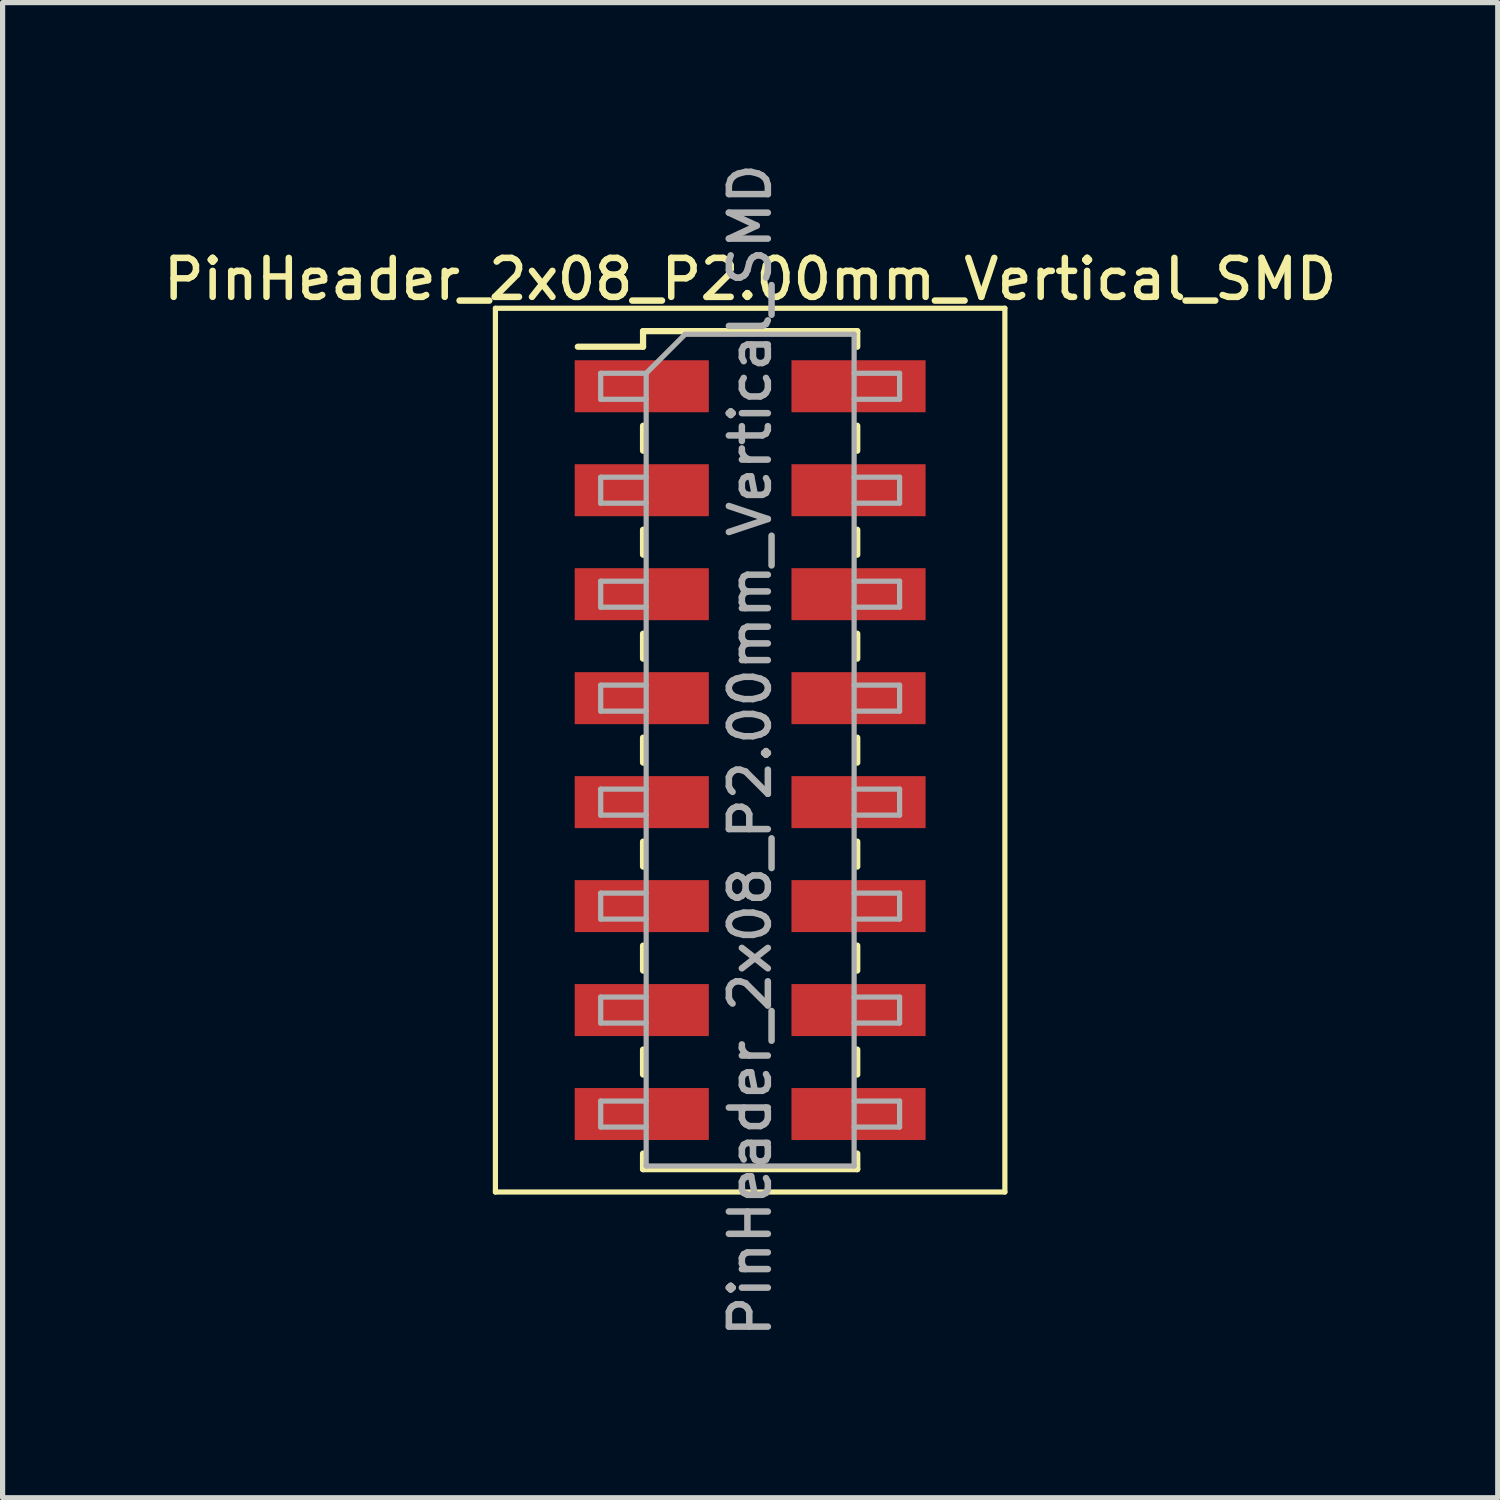
<source format=kicad_pcb>
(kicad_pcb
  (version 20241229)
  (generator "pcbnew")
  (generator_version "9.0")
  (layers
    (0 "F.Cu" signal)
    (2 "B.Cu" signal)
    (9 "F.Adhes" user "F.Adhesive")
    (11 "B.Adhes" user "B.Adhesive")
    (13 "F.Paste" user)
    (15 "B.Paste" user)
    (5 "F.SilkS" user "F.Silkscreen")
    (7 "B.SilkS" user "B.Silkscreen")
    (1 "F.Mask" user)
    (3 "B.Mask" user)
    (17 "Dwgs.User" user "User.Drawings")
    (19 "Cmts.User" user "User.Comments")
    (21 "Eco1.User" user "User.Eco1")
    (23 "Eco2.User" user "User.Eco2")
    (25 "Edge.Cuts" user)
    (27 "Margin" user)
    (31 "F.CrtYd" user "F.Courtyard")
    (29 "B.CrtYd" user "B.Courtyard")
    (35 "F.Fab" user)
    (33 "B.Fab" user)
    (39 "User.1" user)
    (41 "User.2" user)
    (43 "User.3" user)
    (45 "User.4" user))
  (footprint "PinHeader_2x08_P2.00mm_Vertical_SMD"
    (layer "F.Cu")
    (at 11.38 11.38)
    (property "Reference" "PinHeader_2x08_P2.00mm_Vertical_SMD" (at 0 -9.06 0) (layer "F.SilkS") (effects (font (size 0.75 0.75) (thickness 0.125))))
    (attr smd)
    (fp_line (start -4.9 -8.5) (end -4.9 8.5) (stroke (width 0.1) (type solid)) (layer "F.SilkS"))
    (fp_line (start -4.9 8.5) (end 4.9 8.5) (stroke (width 0.1) (type solid)) (layer "F.SilkS"))
    (fp_line (start -3.315 -7.76) (end -2.06 -7.76) (stroke (width 0.12) (type solid)) (layer "F.SilkS"))
    (fp_line (start -2.06 -8.06) (end -2.06 -7.76) (stroke (width 0.12) (type solid)) (layer "F.SilkS"))
    (fp_line (start -2.06 -8.06) (end 2.06 -8.06) (stroke (width 0.12) (type solid)) (layer "F.SilkS"))
    (fp_line (start -2.06 -6.24) (end -2.06 -5.76) (stroke (width 0.12) (type solid)) (layer "F.SilkS"))
    (fp_line (start -2.06 -4.24) (end -2.06 -3.76) (stroke (width 0.12) (type solid)) (layer "F.SilkS"))
    (fp_line (start -2.06 -2.24) (end -2.06 -1.76) (stroke (width 0.12) (type solid)) (layer "F.SilkS"))
    (fp_line (start -2.06 -0.24) (end -2.06 0.24) (stroke (width 0.12) (type solid)) (layer "F.SilkS"))
    (fp_line (start -2.06 1.76) (end -2.06 2.24) (stroke (width 0.12) (type solid)) (layer "F.SilkS"))
    (fp_line (start -2.06 3.76) (end -2.06 4.24) (stroke (width 0.12) (type solid)) (layer "F.SilkS"))
    (fp_line (start -2.06 5.76) (end -2.06 6.24) (stroke (width 0.12) (type solid)) (layer "F.SilkS"))
    (fp_line (start -2.06 7.76) (end -2.06 8.06) (stroke (width 0.12) (type solid)) (layer "F.SilkS"))
    (fp_line (start -2.06 8.06) (end 2.06 8.06) (stroke (width 0.12) (type solid)) (layer "F.SilkS"))
    (fp_line (start 2.06 -8.06) (end 2.06 -7.76) (stroke (width 0.12) (type solid)) (layer "F.SilkS"))
    (fp_line (start 2.06 -6.24) (end 2.06 -5.76) (stroke (width 0.12) (type solid)) (layer "F.SilkS"))
    (fp_line (start 2.06 -4.24) (end 2.06 -3.76) (stroke (width 0.12) (type solid)) (layer "F.SilkS"))
    (fp_line (start 2.06 -2.24) (end 2.06 -1.76) (stroke (width 0.12) (type solid)) (layer "F.SilkS"))
    (fp_line (start 2.06 -0.24) (end 2.06 0.24) (stroke (width 0.12) (type solid)) (layer "F.SilkS"))
    (fp_line (start 2.06 1.76) (end 2.06 2.24) (stroke (width 0.12) (type solid)) (layer "F.SilkS"))
    (fp_line (start 2.06 3.76) (end 2.06 4.24) (stroke (width 0.12) (type solid)) (layer "F.SilkS"))
    (fp_line (start 2.06 5.76) (end 2.06 6.24) (stroke (width 0.12) (type solid)) (layer "F.SilkS"))
    (fp_line (start 2.06 7.76) (end 2.06 8.06) (stroke (width 0.12) (type solid)) (layer "F.SilkS"))
    (fp_line (start 4.9 -8.5) (end -4.9 -8.5) (stroke (width 0.1) (type solid)) (layer "F.SilkS"))
    (fp_line (start 4.9 8.5) (end 4.9 -8.5) (stroke (width 0.1) (type solid)) (layer "F.SilkS"))
    (fp_line (start -2.875 -7.25) (end -2.875 -6.75) (stroke (width 0.1) (type solid)) (layer "F.Fab"))
    (fp_line (start -2.875 -6.75) (end -2 -6.75) (stroke (width 0.1) (type solid)) (layer "F.Fab"))
    (fp_line (start -2.875 -5.25) (end -2.875 -4.75) (stroke (width 0.1) (type solid)) (layer "F.Fab"))
    (fp_line (start -2.875 -4.75) (end -2 -4.75) (stroke (width 0.1) (type solid)) (layer "F.Fab"))
    (fp_line (start -2.875 -3.25) (end -2.875 -2.75) (stroke (width 0.1) (type solid)) (layer "F.Fab"))
    (fp_line (start -2.875 -2.75) (end -2 -2.75) (stroke (width 0.1) (type solid)) (layer "F.Fab"))
    (fp_line (start -2.875 -1.25) (end -2.875 -0.75) (stroke (width 0.1) (type solid)) (layer "F.Fab"))
    (fp_line (start -2.875 -0.75) (end -2 -0.75) (stroke (width 0.1) (type solid)) (layer "F.Fab"))
    (fp_line (start -2.875 0.75) (end -2.875 1.25) (stroke (width 0.1) (type solid)) (layer "F.Fab"))
    (fp_line (start -2.875 1.25) (end -2 1.25) (stroke (width 0.1) (type solid)) (layer "F.Fab"))
    (fp_line (start -2.875 2.75) (end -2.875 3.25) (stroke (width 0.1) (type solid)) (layer "F.Fab"))
    (fp_line (start -2.875 3.25) (end -2 3.25) (stroke (width 0.1) (type solid)) (layer "F.Fab"))
    (fp_line (start -2.875 4.75) (end -2.875 5.25) (stroke (width 0.1) (type solid)) (layer "F.Fab"))
    (fp_line (start -2.875 5.25) (end -2 5.25) (stroke (width 0.1) (type solid)) (layer "F.Fab"))
    (fp_line (start -2.875 6.75) (end -2.875 7.25) (stroke (width 0.1) (type solid)) (layer "F.Fab"))
    (fp_line (start -2.875 7.25) (end -2 7.25) (stroke (width 0.1) (type solid)) (layer "F.Fab"))
    (fp_line (start -2 -7.25) (end -2.875 -7.25) (stroke (width 0.1) (type solid)) (layer "F.Fab"))
    (fp_line (start -2 -7.25) (end -1.25 -8) (stroke (width 0.1) (type solid)) (layer "F.Fab"))
    (fp_line (start -2 -5.25) (end -2.875 -5.25) (stroke (width 0.1) (type solid)) (layer "F.Fab"))
    (fp_line (start -2 -3.25) (end -2.875 -3.25) (stroke (width 0.1) (type solid)) (layer "F.Fab"))
    (fp_line (start -2 -1.25) (end -2.875 -1.25) (stroke (width 0.1) (type solid)) (layer "F.Fab"))
    (fp_line (start -2 0.75) (end -2.875 0.75) (stroke (width 0.1) (type solid)) (layer "F.Fab"))
    (fp_line (start -2 2.75) (end -2.875 2.75) (stroke (width 0.1) (type solid)) (layer "F.Fab"))
    (fp_line (start -2 4.75) (end -2.875 4.75) (stroke (width 0.1) (type solid)) (layer "F.Fab"))
    (fp_line (start -2 6.75) (end -2.875 6.75) (stroke (width 0.1) (type solid)) (layer "F.Fab"))
    (fp_line (start -2 8) (end -2 -7.25) (stroke (width 0.1) (type solid)) (layer "F.Fab"))
    (fp_line (start -1.25 -8) (end 2 -8) (stroke (width 0.1) (type solid)) (layer "F.Fab"))
    (fp_line (start 2 -8) (end 2 8) (stroke (width 0.1) (type solid)) (layer "F.Fab"))
    (fp_line (start 2 -7.25) (end 2.875 -7.25) (stroke (width 0.1) (type solid)) (layer "F.Fab"))
    (fp_line (start 2 -5.25) (end 2.875 -5.25) (stroke (width 0.1) (type solid)) (layer "F.Fab"))
    (fp_line (start 2 -3.25) (end 2.875 -3.25) (stroke (width 0.1) (type solid)) (layer "F.Fab"))
    (fp_line (start 2 -1.25) (end 2.875 -1.25) (stroke (width 0.1) (type solid)) (layer "F.Fab"))
    (fp_line (start 2 0.75) (end 2.875 0.75) (stroke (width 0.1) (type solid)) (layer "F.Fab"))
    (fp_line (start 2 2.75) (end 2.875 2.75) (stroke (width 0.1) (type solid)) (layer "F.Fab"))
    (fp_line (start 2 4.75) (end 2.875 4.75) (stroke (width 0.1) (type solid)) (layer "F.Fab"))
    (fp_line (start 2 6.75) (end 2.875 6.75) (stroke (width 0.1) (type solid)) (layer "F.Fab"))
    (fp_line (start 2 8) (end -2 8) (stroke (width 0.1) (type solid)) (layer "F.Fab"))
    (fp_line (start 2.875 -7.25) (end 2.875 -6.75) (stroke (width 0.1) (type solid)) (layer "F.Fab"))
    (fp_line (start 2.875 -6.75) (end 2 -6.75) (stroke (width 0.1) (type solid)) (layer "F.Fab"))
    (fp_line (start 2.875 -5.25) (end 2.875 -4.75) (stroke (width 0.1) (type solid)) (layer "F.Fab"))
    (fp_line (start 2.875 -4.75) (end 2 -4.75) (stroke (width 0.1) (type solid)) (layer "F.Fab"))
    (fp_line (start 2.875 -3.25) (end 2.875 -2.75) (stroke (width 0.1) (type solid)) (layer "F.Fab"))
    (fp_line (start 2.875 -2.75) (end 2 -2.75) (stroke (width 0.1) (type solid)) (layer "F.Fab"))
    (fp_line (start 2.875 -1.25) (end 2.875 -0.75) (stroke (width 0.1) (type solid)) (layer "F.Fab"))
    (fp_line (start 2.875 -0.75) (end 2 -0.75) (stroke (width 0.1) (type solid)) (layer "F.Fab"))
    (fp_line (start 2.875 0.75) (end 2.875 1.25) (stroke (width 0.1) (type solid)) (layer "F.Fab"))
    (fp_line (start 2.875 1.25) (end 2 1.25) (stroke (width 0.1) (type solid)) (layer "F.Fab"))
    (fp_line (start 2.875 2.75) (end 2.875 3.25) (stroke (width 0.1) (type solid)) (layer "F.Fab"))
    (fp_line (start 2.875 3.25) (end 2 3.25) (stroke (width 0.1) (type solid)) (layer "F.Fab"))
    (fp_line (start 2.875 4.75) (end 2.875 5.25) (stroke (width 0.1) (type solid)) (layer "F.Fab"))
    (fp_line (start 2.875 5.25) (end 2 5.25) (stroke (width 0.1) (type solid)) (layer "F.Fab"))
    (fp_line (start 2.875 6.75) (end 2.875 7.25) (stroke (width 0.1) (type solid)) (layer "F.Fab"))
    (fp_line (start 2.875 7.25) (end 2 7.25) (stroke (width 0.1) (type solid)) (layer "F.Fab"))
    (fp_text user "${REFERENCE}" (at 0 0 90) (layer "F.Fab") (effects (font (size 0.75 0.75) (thickness 0.125))))
    (pad "1" smd rect (at -2.085 -7) (size 2.58 1) (layers "F.Cu" "F.Mask" "F.Paste"))
    (pad "2" smd rect (at 2.085 -7) (size 2.58 1) (layers "F.Cu" "F.Mask" "F.Paste"))
    (pad "3" smd rect (at -2.085 -5) (size 2.58 1) (layers "F.Cu" "F.Mask" "F.Paste"))
    (pad "4" smd rect (at 2.085 -5) (size 2.58 1) (layers "F.Cu" "F.Mask" "F.Paste"))
    (pad "5" smd rect (at -2.085 -3) (size 2.58 1) (layers "F.Cu" "F.Mask" "F.Paste"))
    (pad "6" smd rect (at 2.085 -3) (size 2.58 1) (layers "F.Cu" "F.Mask" "F.Paste"))
    (pad "7" smd rect (at -2.085 -1) (size 2.58 1) (layers "F.Cu" "F.Mask" "F.Paste"))
    (pad "8" smd rect (at 2.085 -1) (size 2.58 1) (layers "F.Cu" "F.Mask" "F.Paste"))
    (pad "9" smd rect (at -2.085 1) (size 2.58 1) (layers "F.Cu" "F.Mask" "F.Paste"))
    (pad "10" smd rect (at 2.085 1) (size 2.58 1) (layers "F.Cu" "F.Mask" "F.Paste"))
    (pad "11" smd rect (at -2.085 3) (size 2.58 1) (layers "F.Cu" "F.Mask" "F.Paste"))
    (pad "12" smd rect (at 2.085 3) (size 2.58 1) (layers "F.Cu" "F.Mask" "F.Paste"))
    (pad "13" smd rect (at -2.085 5) (size 2.58 1) (layers "F.Cu" "F.Mask" "F.Paste"))
    (pad "14" smd rect (at 2.085 5) (size 2.58 1) (layers "F.Cu" "F.Mask" "F.Paste"))
    (pad "15" smd rect (at -2.085 7) (size 2.58 1) (layers "F.Cu" "F.Mask" "F.Paste"))
    (pad "16" smd rect (at 2.085 7) (size 2.58 1) (layers "F.Cu" "F.Mask" "F.Paste")))
  (gr_rect
    (start -3 -3)
    (end 25.761 25.761)
    (stroke (width 0.1) (type default))
    (fill no)
    (layer "Edge.Cuts")))
</source>
